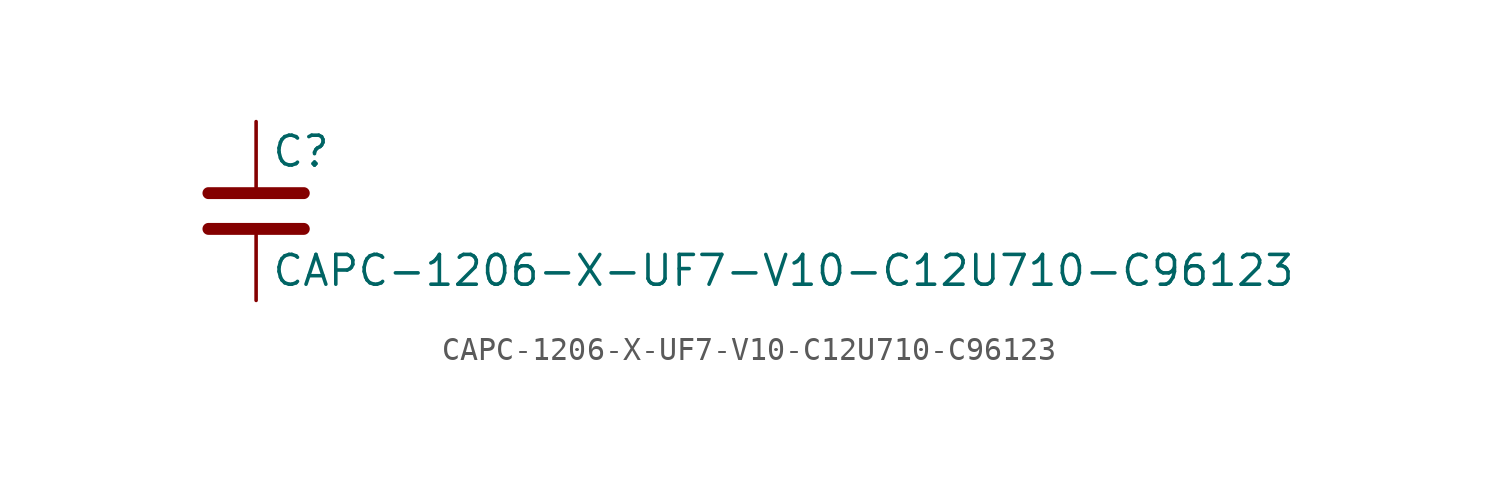
<source format=kicad_sym>
(kicad_symbol_lib
  (version 20211014)
  (generator kicad_symbol_editor)
  (symbol "CAPC-1206-X-UF7-V10-C12U710-C96123"
    (pin_numbers hide)
    (pin_names
      (offset 0.254))
    (property "Reference" "C"
      (at 0.635 2.54 0)
      (effects (font (size 1.27 1.27)) (justify left)))
    (property "Value" "CAPC-1206-X-UF7-V10-C12U710-C96123"
      (at 0.635 -2.54 0)
      (effects (font (size 1.27 1.27)) (justify left)))
    (symbol "CAPC-1206-X-UF7-V10-C12U710-C96123_0_1"
      (polyline (pts (xy -2.032 -0.762) (xy 2.032 -0.762)) (stroke (width 0.508) (type default) (color 0 0 0 0)) (fill (type none)))
      (polyline (pts (xy -2.032 0.762) (xy 2.032 0.762)) (stroke (width 0.508) (type default) (color 0 0 0 0)) (fill (type none))))
    (symbol "CAPC-1206-X-UF7-V10-C12U710-C96123_1_1"
      (pin passive line (at 0 3.81 270) (length 2.794) (name "~" (effects (font (size 1.27 1.27)))) (number "1" (effects (font (size 1.27 1.27)))))
      (pin passive line (at 0 -3.81 90) (length 2.794) (name "~" (effects (font (size 1.27 1.27)))) (number "2" (effects (font (size 1.27 1.27))))))))
</source>
